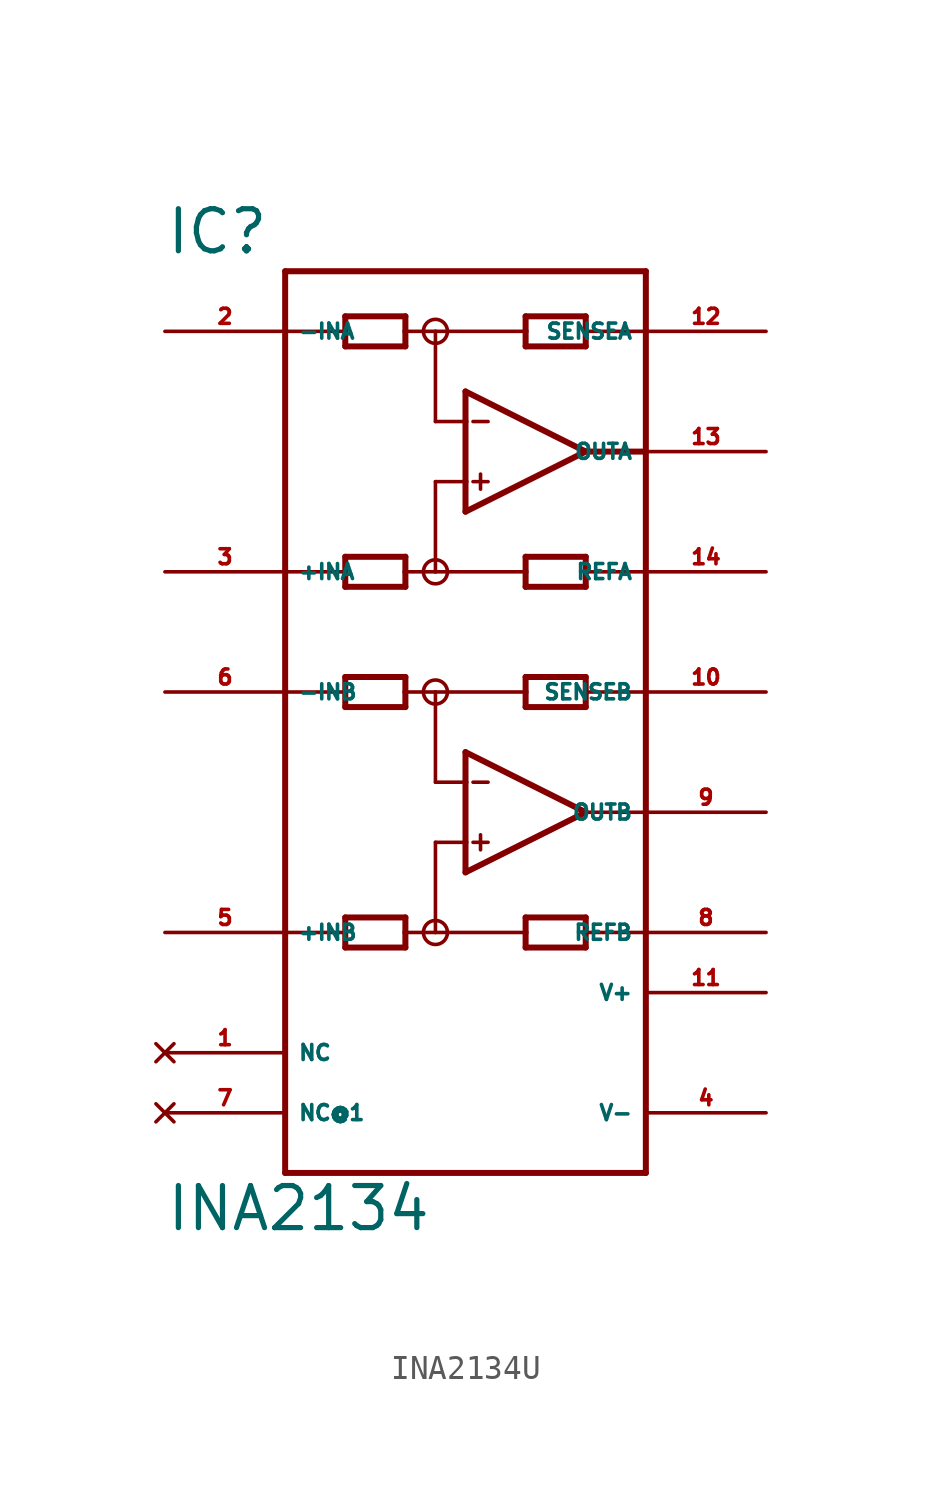
<source format=kicad_sym>
(kicad_symbol_lib
  (version 20220914)
  (generator Eagle2Kicad)
  (symbol "INA2134U"
    (property "Reference" "IC"
      (at -12.7 15.875 0)
      (effects (font (size 1.778 1.778) (thickness 0.22)) (justify left bottom)))
    (property "Value" "INA2134"
      (at -12.7 -25.4 0)
      (effects (font (size 1.778 1.778) (thickness 0.22)) (justify left bottom)))
    (polyline
      (pts (xy 0 5.08) (xy 0 6.35))
      (stroke (width 0.254) (type default))
      (fill (type none)))
    (polyline
      (pts (xy 0 6.35) (xy 0 8.89))
      (stroke (width 0.254) (type default))
      (fill (type none)))
    (polyline
      (pts (xy 0 8.89) (xy 0 10.16))
      (stroke (width 0.254) (type default))
      (fill (type none)))
    (polyline
      (pts (xy 0 10.16) (xy 5.08 7.62))
      (stroke (width 0.254) (type default))
      (fill (type none)))
    (polyline
      (pts (xy 5.08 7.62) (xy 0 5.08))
      (stroke (width 0.254) (type default))
      (fill (type none)))
    (polyline
      (pts (xy -2.54 12.065) (xy -2.54 12.7))
      (stroke (width 0.254) (type default))
      (fill (type none)))
    (polyline
      (pts (xy -2.54 12.7) (xy -2.54 13.335))
      (stroke (width 0.254) (type default))
      (fill (type none)))
    (polyline
      (pts (xy -2.54 13.335) (xy -5.08 13.335))
      (stroke (width 0.254) (type default))
      (fill (type none)))
    (polyline
      (pts (xy -5.08 13.335) (xy -5.08 12.7))
      (stroke (width 0.254) (type default))
      (fill (type none)))
    (polyline
      (pts (xy -5.08 12.7) (xy -5.08 12.065))
      (stroke (width 0.254) (type default))
      (fill (type none)))
    (polyline
      (pts (xy -5.08 12.065) (xy -2.54 12.065))
      (stroke (width 0.254) (type default))
      (fill (type none)))
    (polyline
      (pts (xy 2.54 12.065) (xy 2.54 12.7))
      (stroke (width 0.254) (type default))
      (fill (type none)))
    (polyline
      (pts (xy 2.54 12.7) (xy 2.54 13.335))
      (stroke (width 0.254) (type default))
      (fill (type none)))
    (polyline
      (pts (xy 2.54 13.335) (xy 5.08 13.335))
      (stroke (width 0.254) (type default))
      (fill (type none)))
    (polyline
      (pts (xy 5.08 13.335) (xy 5.08 12.7))
      (stroke (width 0.254) (type default))
      (fill (type none)))
    (polyline
      (pts (xy 5.08 12.7) (xy 5.08 12.065))
      (stroke (width 0.254) (type default))
      (fill (type none)))
    (polyline
      (pts (xy 5.08 12.065) (xy 2.54 12.065))
      (stroke (width 0.254) (type default))
      (fill (type none)))
    (polyline
      (pts (xy 0 8.89) (xy -1.27 8.89))
      (stroke (width 0.152) (type default))
      (fill (type none)))
    (polyline
      (pts (xy -2.54 3.175) (xy -2.54 2.54))
      (stroke (width 0.254) (type default))
      (fill (type none)))
    (polyline
      (pts (xy -2.54 2.54) (xy -2.54 1.905))
      (stroke (width 0.254) (type default))
      (fill (type none)))
    (polyline
      (pts (xy -2.54 1.905) (xy -5.08 1.905))
      (stroke (width 0.254) (type default))
      (fill (type none)))
    (polyline
      (pts (xy -5.08 1.905) (xy -5.08 2.54))
      (stroke (width 0.254) (type default))
      (fill (type none)))
    (polyline
      (pts (xy -5.08 2.54) (xy -5.08 3.175))
      (stroke (width 0.254) (type default))
      (fill (type none)))
    (polyline
      (pts (xy -5.08 3.175) (xy -2.54 3.175))
      (stroke (width 0.254) (type default))
      (fill (type none)))
    (polyline
      (pts (xy 2.54 3.175) (xy 2.54 2.54))
      (stroke (width 0.254) (type default))
      (fill (type none)))
    (polyline
      (pts (xy 2.54 2.54) (xy 2.54 1.905))
      (stroke (width 0.254) (type default))
      (fill (type none)))
    (polyline
      (pts (xy 2.54 1.905) (xy 5.08 1.905))
      (stroke (width 0.254) (type default))
      (fill (type none)))
    (polyline
      (pts (xy 5.08 1.905) (xy 5.08 2.54))
      (stroke (width 0.254) (type default))
      (fill (type none)))
    (polyline
      (pts (xy 5.08 2.54) (xy 5.08 3.175))
      (stroke (width 0.254) (type default))
      (fill (type none)))
    (polyline
      (pts (xy 5.08 3.175) (xy 2.54 3.175))
      (stroke (width 0.254) (type default))
      (fill (type none)))
    (polyline
      (pts (xy -1.27 8.89) (xy -1.27 12.7))
      (stroke (width 0.152) (type default))
      (fill (type none)))
    (polyline
      (pts (xy -1.27 12.7) (xy -2.54 12.7))
      (stroke (width 0.152) (type default))
      (fill (type none)))
    (polyline
      (pts (xy -1.27 12.7) (xy 2.54 12.7))
      (stroke (width 0.152) (type default))
      (fill (type none)))
    (polyline
      (pts (xy 0 6.35) (xy -1.27 6.35))
      (stroke (width 0.152) (type default))
      (fill (type none)))
    (polyline
      (pts (xy -1.27 6.35) (xy -1.27 2.54))
      (stroke (width 0.152) (type default))
      (fill (type none)))
    (polyline
      (pts (xy -1.27 2.54) (xy -2.54 2.54))
      (stroke (width 0.152) (type default))
      (fill (type none)))
    (polyline
      (pts (xy -1.27 2.54) (xy 2.54 2.54))
      (stroke (width 0.152) (type default))
      (fill (type none)))
    (polyline
      (pts (xy 0.318 8.89) (xy 0.953 8.89))
      (stroke (width 0.152) (type default))
      (fill (type none)))
    (polyline
      (pts (xy 0.318 6.35) (xy 0.953 6.35))
      (stroke (width 0.152) (type default))
      (fill (type none)))
    (polyline
      (pts (xy 0.635 6.668) (xy 0.635 6.032))
      (stroke (width 0.152) (type default))
      (fill (type none)))
    (polyline
      (pts (xy -7.62 12.7) (xy -5.08 12.7))
      (stroke (width 0.152) (type default))
      (fill (type none)))
    (polyline
      (pts (xy 7.62 12.7) (xy 5.08 12.7))
      (stroke (width 0.152) (type default))
      (fill (type none)))
    (polyline
      (pts (xy 5.08 7.62) (xy 7.62 7.62))
      (stroke (width 0.254) (type default))
      (fill (type none)))
    (polyline
      (pts (xy 7.62 2.54) (xy 5.08 2.54))
      (stroke (width 0.152) (type default))
      (fill (type none)))
    (polyline
      (pts (xy -7.62 2.54) (xy -5.08 2.54))
      (stroke (width 0.152) (type default))
      (fill (type none)))
    (polyline
      (pts (xy -7.62 -22.86) (xy 7.62 -22.86))
      (stroke (width 0.254) (type default))
      (fill (type none)))
    (polyline
      (pts (xy 7.62 -22.86) (xy 7.62 -12.7))
      (stroke (width 0.254) (type default))
      (fill (type none)))
    (polyline
      (pts (xy 7.62 -12.7) (xy 7.62 -7.62))
      (stroke (width 0.254) (type default))
      (fill (type none)))
    (polyline
      (pts (xy 7.62 -7.62) (xy 7.62 -2.54))
      (stroke (width 0.254) (type default))
      (fill (type none)))
    (polyline
      (pts (xy 7.62 -2.54) (xy 7.62 15.24))
      (stroke (width 0.254) (type default))
      (fill (type none)))
    (polyline
      (pts (xy 7.62 15.24) (xy -7.62 15.24))
      (stroke (width 0.254) (type default))
      (fill (type none)))
    (polyline
      (pts (xy -7.62 15.24) (xy -7.62 -2.54))
      (stroke (width 0.254) (type default))
      (fill (type none)))
    (polyline
      (pts (xy -7.62 -2.54) (xy -7.62 -12.7))
      (stroke (width 0.254) (type default))
      (fill (type none)))
    (polyline
      (pts (xy -7.62 -12.7) (xy -7.62 -22.86))
      (stroke (width 0.254) (type default))
      (fill (type none)))
    (polyline
      (pts (xy 0 -10.16) (xy 0 -8.89))
      (stroke (width 0.254) (type default))
      (fill (type none)))
    (polyline
      (pts (xy 0 -8.89) (xy 0 -6.35))
      (stroke (width 0.254) (type default))
      (fill (type none)))
    (polyline
      (pts (xy 0 -6.35) (xy 0 -5.08))
      (stroke (width 0.254) (type default))
      (fill (type none)))
    (polyline
      (pts (xy 0 -5.08) (xy 5.08 -7.62))
      (stroke (width 0.254) (type default))
      (fill (type none)))
    (polyline
      (pts (xy 5.08 -7.62) (xy 0 -10.16))
      (stroke (width 0.254) (type default))
      (fill (type none)))
    (polyline
      (pts (xy -2.54 -3.175) (xy -2.54 -2.54))
      (stroke (width 0.254) (type default))
      (fill (type none)))
    (polyline
      (pts (xy -2.54 -2.54) (xy -2.54 -1.905))
      (stroke (width 0.254) (type default))
      (fill (type none)))
    (polyline
      (pts (xy -2.54 -1.905) (xy -5.08 -1.905))
      (stroke (width 0.254) (type default))
      (fill (type none)))
    (polyline
      (pts (xy -5.08 -1.905) (xy -5.08 -2.54))
      (stroke (width 0.254) (type default))
      (fill (type none)))
    (polyline
      (pts (xy -5.08 -2.54) (xy -5.08 -3.175))
      (stroke (width 0.254) (type default))
      (fill (type none)))
    (polyline
      (pts (xy -5.08 -3.175) (xy -2.54 -3.175))
      (stroke (width 0.254) (type default))
      (fill (type none)))
    (polyline
      (pts (xy 2.54 -3.175) (xy 2.54 -2.54))
      (stroke (width 0.254) (type default))
      (fill (type none)))
    (polyline
      (pts (xy 2.54 -2.54) (xy 2.54 -1.905))
      (stroke (width 0.254) (type default))
      (fill (type none)))
    (polyline
      (pts (xy 2.54 -1.905) (xy 5.08 -1.905))
      (stroke (width 0.254) (type default))
      (fill (type none)))
    (polyline
      (pts (xy 5.08 -1.905) (xy 5.08 -2.54))
      (stroke (width 0.254) (type default))
      (fill (type none)))
    (polyline
      (pts (xy 5.08 -2.54) (xy 5.08 -3.175))
      (stroke (width 0.254) (type default))
      (fill (type none)))
    (polyline
      (pts (xy 5.08 -3.175) (xy 2.54 -3.175))
      (stroke (width 0.254) (type default))
      (fill (type none)))
    (polyline
      (pts (xy 0 -6.35) (xy -1.27 -6.35))
      (stroke (width 0.152) (type default))
      (fill (type none)))
    (polyline
      (pts (xy -2.54 -12.065) (xy -2.54 -12.7))
      (stroke (width 0.254) (type default))
      (fill (type none)))
    (polyline
      (pts (xy -2.54 -12.7) (xy -2.54 -13.335))
      (stroke (width 0.254) (type default))
      (fill (type none)))
    (polyline
      (pts (xy -2.54 -13.335) (xy -5.08 -13.335))
      (stroke (width 0.254) (type default))
      (fill (type none)))
    (polyline
      (pts (xy -5.08 -13.335) (xy -5.08 -12.7))
      (stroke (width 0.254) (type default))
      (fill (type none)))
    (polyline
      (pts (xy -5.08 -12.7) (xy -5.08 -12.065))
      (stroke (width 0.254) (type default))
      (fill (type none)))
    (polyline
      (pts (xy -5.08 -12.065) (xy -2.54 -12.065))
      (stroke (width 0.254) (type default))
      (fill (type none)))
    (polyline
      (pts (xy 2.54 -12.065) (xy 2.54 -12.7))
      (stroke (width 0.254) (type default))
      (fill (type none)))
    (polyline
      (pts (xy 2.54 -12.7) (xy 2.54 -13.335))
      (stroke (width 0.254) (type default))
      (fill (type none)))
    (polyline
      (pts (xy 2.54 -13.335) (xy 5.08 -13.335))
      (stroke (width 0.254) (type default))
      (fill (type none)))
    (polyline
      (pts (xy 5.08 -13.335) (xy 5.08 -12.7))
      (stroke (width 0.254) (type default))
      (fill (type none)))
    (polyline
      (pts (xy 5.08 -12.7) (xy 5.08 -12.065))
      (stroke (width 0.254) (type default))
      (fill (type none)))
    (polyline
      (pts (xy 5.08 -12.065) (xy 2.54 -12.065))
      (stroke (width 0.254) (type default))
      (fill (type none)))
    (polyline
      (pts (xy -1.27 -6.35) (xy -1.27 -2.54))
      (stroke (width 0.152) (type default))
      (fill (type none)))
    (polyline
      (pts (xy -1.27 -2.54) (xy -2.54 -2.54))
      (stroke (width 0.152) (type default))
      (fill (type none)))
    (polyline
      (pts (xy -1.27 -2.54) (xy 2.54 -2.54))
      (stroke (width 0.152) (type default))
      (fill (type none)))
    (polyline
      (pts (xy 0 -8.89) (xy -1.27 -8.89))
      (stroke (width 0.152) (type default))
      (fill (type none)))
    (polyline
      (pts (xy -1.27 -8.89) (xy -1.27 -12.7))
      (stroke (width 0.152) (type default))
      (fill (type none)))
    (polyline
      (pts (xy -1.27 -12.7) (xy -2.54 -12.7))
      (stroke (width 0.152) (type default))
      (fill (type none)))
    (polyline
      (pts (xy -1.27 -12.7) (xy 2.54 -12.7))
      (stroke (width 0.152) (type default))
      (fill (type none)))
    (polyline
      (pts (xy 0.318 -6.35) (xy 0.953 -6.35))
      (stroke (width 0.152) (type default))
      (fill (type none)))
    (polyline
      (pts (xy 0.318 -8.89) (xy 0.953 -8.89))
      (stroke (width 0.152) (type default))
      (fill (type none)))
    (polyline
      (pts (xy 0.635 -8.572) (xy 0.635 -9.207))
      (stroke (width 0.152) (type default))
      (fill (type none)))
    (polyline
      (pts (xy -7.62 -2.54) (xy -5.08 -2.54))
      (stroke (width 0.152) (type default))
      (fill (type none)))
    (polyline
      (pts (xy 7.62 -2.54) (xy 5.08 -2.54))
      (stroke (width 0.152) (type default))
      (fill (type none)))
    (polyline
      (pts (xy 5.08 -7.62) (xy 7.62 -7.62))
      (stroke (width 0.152) (type default))
      (fill (type none)))
    (polyline
      (pts (xy 7.62 -12.7) (xy 5.08 -12.7))
      (stroke (width 0.152) (type default))
      (fill (type none)))
    (polyline
      (pts (xy -7.62 -12.7) (xy -5.08 -12.7))
      (stroke (width 0.152) (type default))
      (fill (type none)))
    (circle
      (center -1.27 12.7)
      (radius 0.508)
      (stroke (width 0) (type default))
      (fill (type none)))
    (circle
      (center -1.27 -2.54)
      (radius 0.508)
      (stroke (width 0) (type default))
      (fill (type none)))
    (circle
      (center -1.27 2.54)
      (radius 0.508)
      (stroke (width 0) (type default))
      (fill (type none)))
    (circle
      (center -1.27 -12.7)
      (radius 0.508)
      (stroke (width 0) (type default))
      (fill (type none)))
    (pin input line
      (at -12.7 12.7 0)
      (length 5.08)
      (name "-INA" (effects (font (size 0.635 0.635) (thickness 0.08)) (justify left bottom)))
      (number "2" (effects (font (size 0.635 0.635) (thickness 0.08)) (justify left bottom))))
    (pin input line
      (at -12.7 2.54 0)
      (length 5.08)
      (name "+INA" (effects (font (size 0.635 0.635) (thickness 0.08)) (justify left bottom)))
      (number "3" (effects (font (size 0.635 0.635) (thickness 0.08)) (justify left bottom))))
    (pin output line
      (at 12.7 7.62 180)
      (length 5.08)
      (name "OUTA" (effects (font (size 0.635 0.635) (thickness 0.08)) (justify left bottom)))
      (number "13" (effects (font (size 0.635 0.635) (thickness 0.08)) (justify left bottom))))
    (pin unspecified line
      (at 12.7 -15.24 180)
      (length 5.08)
      (name "V+" (effects (font (size 0.635 0.635) (thickness 0.08)) (justify left bottom)))
      (number "11" (effects (font (size 0.635 0.635) (thickness 0.08)) (justify left bottom))))
    (pin unspecified line
      (at 12.7 -20.32 180)
      (length 5.08)
      (name "V-" (effects (font (size 0.635 0.635) (thickness 0.08)) (justify left bottom)))
      (number "4" (effects (font (size 0.635 0.635) (thickness 0.08)) (justify left bottom))))
    (pin passive line
      (at 12.7 12.7 180)
      (length 5.08)
      (name "SENSEA" (effects (font (size 0.635 0.635) (thickness 0.08)) (justify left bottom)))
      (number "12" (effects (font (size 0.635 0.635) (thickness 0.08)) (justify left bottom))))
    (pin passive line
      (at 12.7 2.54 180)
      (length 5.08)
      (name "REFA" (effects (font (size 0.635 0.635) (thickness 0.08)) (justify left bottom)))
      (number "14" (effects (font (size 0.635 0.635) (thickness 0.08)) (justify left bottom))))
    (pin no_connect line
      (at -12.7 -17.78 0)
      (length 5.08)
      (name "NC" (effects (font (size 0.635 0.635) (thickness 0.08)) (justify left bottom) hide))
      (number "1" (effects (font (size 0.635 0.635) (thickness 0.08)) (justify left bottom) hide)))
    (pin input line
      (at -12.7 -2.54 0)
      (length 5.08)
      (name "-INB" (effects (font (size 0.635 0.635) (thickness 0.08)) (justify left bottom)))
      (number "6" (effects (font (size 0.635 0.635) (thickness 0.08)) (justify left bottom))))
    (pin input line
      (at -12.7 -12.7 0)
      (length 5.08)
      (name "+INB" (effects (font (size 0.635 0.635) (thickness 0.08)) (justify left bottom)))
      (number "5" (effects (font (size 0.635 0.635) (thickness 0.08)) (justify left bottom))))
    (pin output line
      (at 12.7 -7.62 180)
      (length 5.08)
      (name "OUTB" (effects (font (size 0.635 0.635) (thickness 0.08)) (justify left bottom)))
      (number "9" (effects (font (size 0.635 0.635) (thickness 0.08)) (justify left bottom))))
    (pin passive line
      (at 12.7 -2.54 180)
      (length 5.08)
      (name "SENSEB" (effects (font (size 0.635 0.635) (thickness 0.08)) (justify left bottom)))
      (number "10" (effects (font (size 0.635 0.635) (thickness 0.08)) (justify left bottom))))
    (pin passive line
      (at 12.7 -12.7 180)
      (length 5.08)
      (name "REFB" (effects (font (size 0.635 0.635) (thickness 0.08)) (justify left bottom)))
      (number "8" (effects (font (size 0.635 0.635) (thickness 0.08)) (justify left bottom))))
    (pin no_connect line
      (at -12.7 -20.32 0)
      (length 5.08)
      (name "NC@1" (effects (font (size 0.635 0.635) (thickness 0.08)) (justify left bottom) hide))
      (number "7" (effects (font (size 0.635 0.635) (thickness 0.08)) (justify left bottom) hide)))))
</source>
